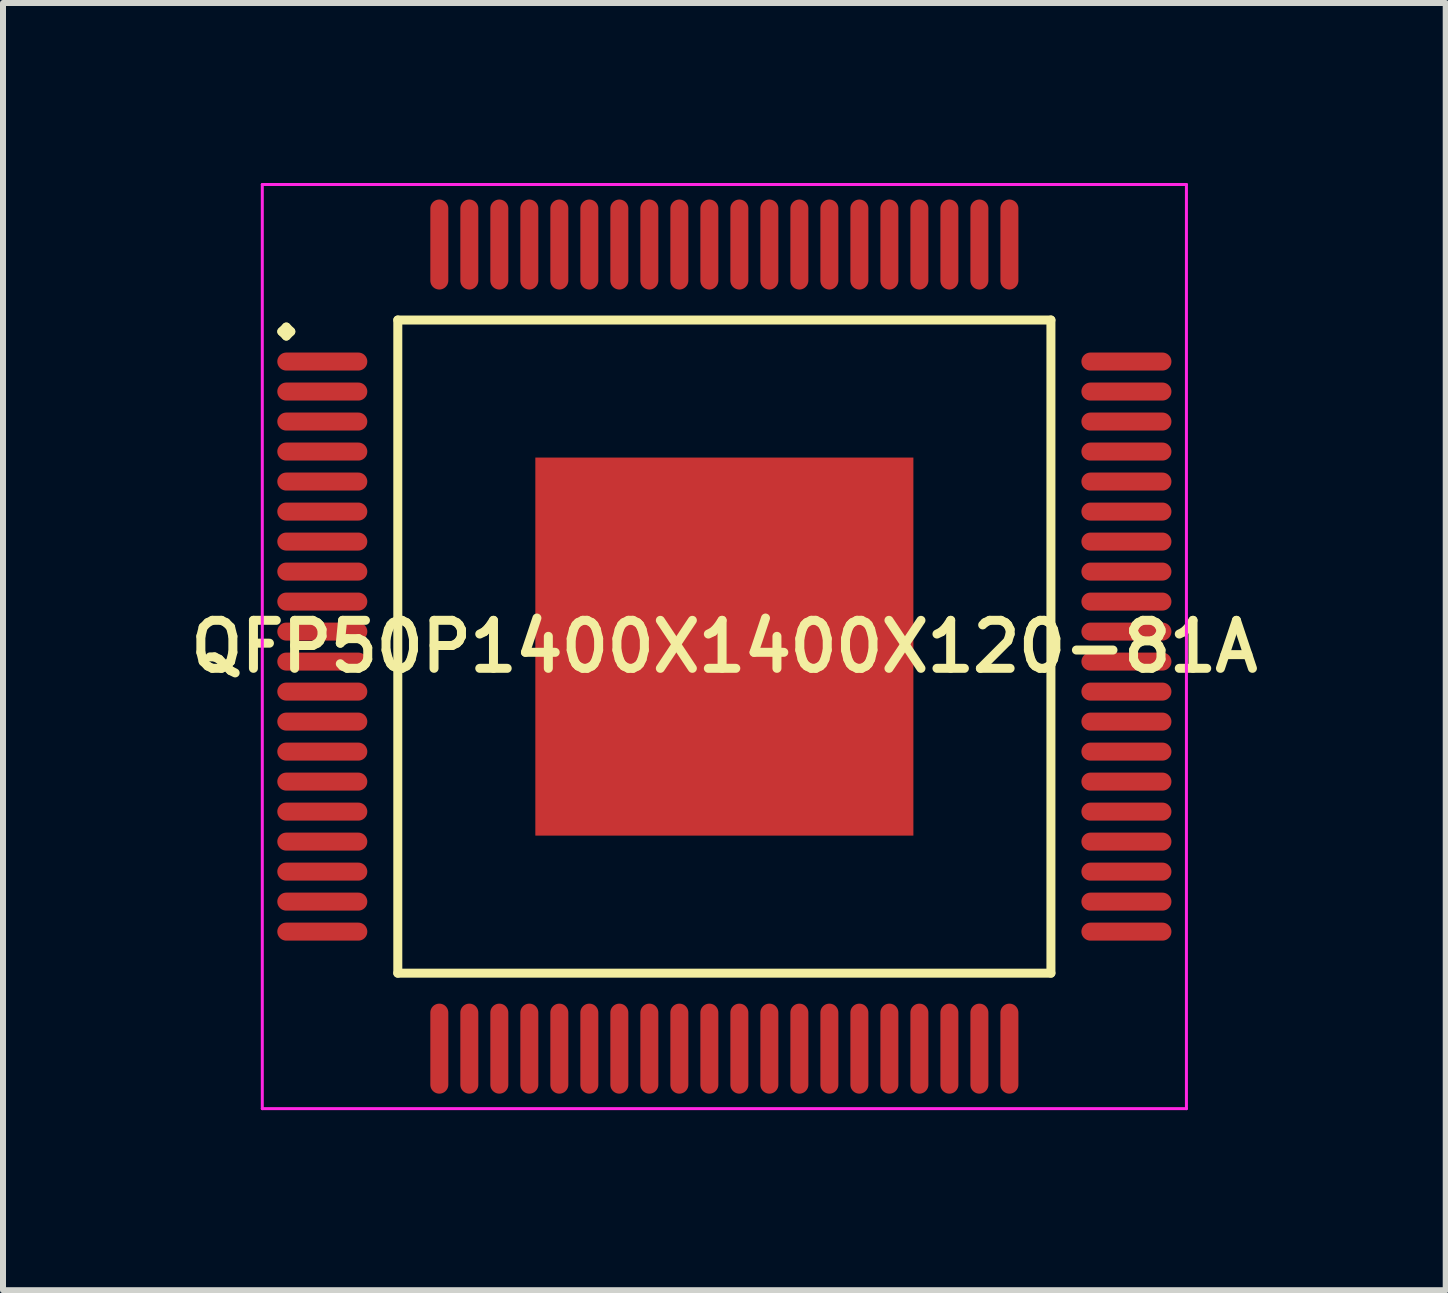
<source format=kicad_pcb>
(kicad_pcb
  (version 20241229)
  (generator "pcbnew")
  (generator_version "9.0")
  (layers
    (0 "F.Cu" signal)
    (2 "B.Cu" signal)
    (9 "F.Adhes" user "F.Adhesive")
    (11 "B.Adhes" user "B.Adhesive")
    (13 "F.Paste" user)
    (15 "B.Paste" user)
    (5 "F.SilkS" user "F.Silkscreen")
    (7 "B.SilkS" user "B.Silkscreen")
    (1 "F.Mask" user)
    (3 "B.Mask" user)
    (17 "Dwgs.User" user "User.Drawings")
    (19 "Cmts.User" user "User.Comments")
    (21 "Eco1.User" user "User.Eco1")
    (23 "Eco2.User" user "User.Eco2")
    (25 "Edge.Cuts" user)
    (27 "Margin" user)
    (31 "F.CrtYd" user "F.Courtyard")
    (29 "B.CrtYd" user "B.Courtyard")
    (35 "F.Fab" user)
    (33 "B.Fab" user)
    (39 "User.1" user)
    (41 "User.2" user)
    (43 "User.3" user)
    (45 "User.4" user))
  (footprint "QFP50P1400X1400X120-81A"
    (layer "F.Cu")
    (at 9.021 7.725)
    (property "Reference" "QFP50P1400X1400X120-81A" (at 0 0 0) (layer "F.SilkS") (effects (font (size 0.8 0.8) (thickness 0.15))))
    (attr smd)
    (fp_line (start -7.375 -5.25) (end -7.3 -5.325) (stroke (width 0.15) (type solid)) (layer "F.SilkS"))
    (fp_line (start -7.3 -5.325) (end -7.225 -5.25) (stroke (width 0.15) (type solid)) (layer "F.SilkS"))
    (fp_line (start -7.3 -5.175) (end -7.375 -5.25) (stroke (width 0.15) (type solid)) (layer "F.SilkS"))
    (fp_line (start -7.225 -5.25) (end -7.3 -5.175) (stroke (width 0.15) (type solid)) (layer "F.SilkS"))
    (fp_line (start -5.442 -5.442) (end -5.442 5.442) (stroke (width 0.15) (type solid)) (layer "F.SilkS"))
    (fp_line (start -5.442 5.442) (end 5.442 5.442) (stroke (width 0.15) (type solid)) (layer "F.SilkS"))
    (fp_line (start 5.442 -5.442) (end -5.442 -5.442) (stroke (width 0.15) (type solid)) (layer "F.SilkS"))
    (fp_line (start 5.442 5.442) (end 5.442 -5.442) (stroke (width 0.15) (type solid)) (layer "F.SilkS"))
    (fp_line (start -7.7 -7.7) (end 7.7 -7.7) (stroke (width 0.05) (type solid)) (layer "F.CrtYd"))
    (fp_line (start -7.7 7.7) (end -7.7 -7.7) (stroke (width 0.05) (type solid)) (layer "F.CrtYd"))
    (fp_line (start 7.7 -7.7) (end 7.7 7.7) (stroke (width 0.05) (type solid)) (layer "F.CrtYd"))
    (fp_line (start 7.7 7.7) (end -7.7 7.7) (stroke (width 0.05) (type solid)) (layer "F.CrtYd"))
    (pad "1" smd oval (at -6.7 -4.75) (size 1.5 0.3) (layers "F.Cu" "F.Mask" "F.Paste"))
    (pad "2" smd oval (at -6.7 -4.25) (size 1.5 0.3) (layers "F.Cu" "F.Mask" "F.Paste"))
    (pad "3" smd oval (at -6.7 -3.75) (size 1.5 0.3) (layers "F.Cu" "F.Mask" "F.Paste"))
    (pad "4" smd oval (at -6.7 -3.25) (size 1.5 0.3) (layers "F.Cu" "F.Mask" "F.Paste"))
    (pad "5" smd oval (at -6.7 -2.75) (size 1.5 0.3) (layers "F.Cu" "F.Mask" "F.Paste"))
    (pad "6" smd oval (at -6.7 -2.25) (size 1.5 0.3) (layers "F.Cu" "F.Mask" "F.Paste"))
    (pad "7" smd oval (at -6.7 -1.75) (size 1.5 0.3) (layers "F.Cu" "F.Mask" "F.Paste"))
    (pad "8" smd oval (at -6.7 -1.25) (size 1.5 0.3) (layers "F.Cu" "F.Mask" "F.Paste"))
    (pad "9" smd oval (at -6.7 -0.75) (size 1.5 0.3) (layers "F.Cu" "F.Mask" "F.Paste"))
    (pad "10" smd oval (at -6.7 -0.25) (size 1.5 0.3) (layers "F.Cu" "F.Mask" "F.Paste"))
    (pad "11" smd oval (at -6.7 0.25) (size 1.5 0.3) (layers "F.Cu" "F.Mask" "F.Paste"))
    (pad "12" smd oval (at -6.7 0.75) (size 1.5 0.3) (layers "F.Cu" "F.Mask" "F.Paste"))
    (pad "13" smd oval (at -6.7 1.25) (size 1.5 0.3) (layers "F.Cu" "F.Mask" "F.Paste"))
    (pad "14" smd oval (at -6.7 1.75) (size 1.5 0.3) (layers "F.Cu" "F.Mask" "F.Paste"))
    (pad "15" smd oval (at -6.7 2.25) (size 1.5 0.3) (layers "F.Cu" "F.Mask" "F.Paste"))
    (pad "16" smd oval (at -6.7 2.75) (size 1.5 0.3) (layers "F.Cu" "F.Mask" "F.Paste"))
    (pad "17" smd oval (at -6.7 3.25) (size 1.5 0.3) (layers "F.Cu" "F.Mask" "F.Paste"))
    (pad "18" smd oval (at -6.7 3.75) (size 1.5 0.3) (layers "F.Cu" "F.Mask" "F.Paste"))
    (pad "19" smd oval (at -6.7 4.25) (size 1.5 0.3) (layers "F.Cu" "F.Mask" "F.Paste"))
    (pad "20" smd oval (at -6.7 4.75) (size 1.5 0.3) (layers "F.Cu" "F.Mask" "F.Paste"))
    (pad "21" smd oval (at -4.75 6.7) (size 0.3 1.5) (layers "F.Cu" "F.Mask" "F.Paste"))
    (pad "22" smd oval (at -4.25 6.7) (size 0.3 1.5) (layers "F.Cu" "F.Mask" "F.Paste"))
    (pad "23" smd oval (at -3.75 6.7) (size 0.3 1.5) (layers "F.Cu" "F.Mask" "F.Paste"))
    (pad "24" smd oval (at -3.25 6.7) (size 0.3 1.5) (layers "F.Cu" "F.Mask" "F.Paste"))
    (pad "25" smd oval (at -2.75 6.7) (size 0.3 1.5) (layers "F.Cu" "F.Mask" "F.Paste"))
    (pad "26" smd oval (at -2.25 6.7) (size 0.3 1.5) (layers "F.Cu" "F.Mask" "F.Paste"))
    (pad "27" smd oval (at -1.75 6.7) (size 0.3 1.5) (layers "F.Cu" "F.Mask" "F.Paste"))
    (pad "28" smd oval (at -1.25 6.7) (size 0.3 1.5) (layers "F.Cu" "F.Mask" "F.Paste"))
    (pad "29" smd oval (at -0.75 6.7) (size 0.3 1.5) (layers "F.Cu" "F.Mask" "F.Paste"))
    (pad "30" smd oval (at -0.25 6.7) (size 0.3 1.5) (layers "F.Cu" "F.Mask" "F.Paste"))
    (pad "31" smd oval (at 0.25 6.7) (size 0.3 1.5) (layers "F.Cu" "F.Mask" "F.Paste"))
    (pad "32" smd oval (at 0.75 6.7) (size 0.3 1.5) (layers "F.Cu" "F.Mask" "F.Paste"))
    (pad "33" smd oval (at 1.25 6.7) (size 0.3 1.5) (layers "F.Cu" "F.Mask" "F.Paste"))
    (pad "34" smd oval (at 1.75 6.7) (size 0.3 1.5) (layers "F.Cu" "F.Mask" "F.Paste"))
    (pad "35" smd oval (at 2.25 6.7) (size 0.3 1.5) (layers "F.Cu" "F.Mask" "F.Paste"))
    (pad "36" smd oval (at 2.75 6.7) (size 0.3 1.5) (layers "F.Cu" "F.Mask" "F.Paste"))
    (pad "37" smd oval (at 3.25 6.7) (size 0.3 1.5) (layers "F.Cu" "F.Mask" "F.Paste"))
    (pad "38" smd oval (at 3.75 6.7) (size 0.3 1.5) (layers "F.Cu" "F.Mask" "F.Paste"))
    (pad "39" smd oval (at 4.25 6.7) (size 0.3 1.5) (layers "F.Cu" "F.Mask" "F.Paste"))
    (pad "40" smd oval (at 4.75 6.7) (size 0.3 1.5) (layers "F.Cu" "F.Mask" "F.Paste"))
    (pad "41" smd oval (at 6.7 4.75) (size 1.5 0.3) (layers "F.Cu" "F.Mask" "F.Paste"))
    (pad "42" smd oval (at 6.7 4.25) (size 1.5 0.3) (layers "F.Cu" "F.Mask" "F.Paste"))
    (pad "43" smd oval (at 6.7 3.75) (size 1.5 0.3) (layers "F.Cu" "F.Mask" "F.Paste"))
    (pad "44" smd oval (at 6.7 3.25) (size 1.5 0.3) (layers "F.Cu" "F.Mask" "F.Paste"))
    (pad "45" smd oval (at 6.7 2.75) (size 1.5 0.3) (layers "F.Cu" "F.Mask" "F.Paste"))
    (pad "46" smd oval (at 6.7 2.25) (size 1.5 0.3) (layers "F.Cu" "F.Mask" "F.Paste"))
    (pad "47" smd oval (at 6.7 1.75) (size 1.5 0.3) (layers "F.Cu" "F.Mask" "F.Paste"))
    (pad "48" smd oval (at 6.7 1.25) (size 1.5 0.3) (layers "F.Cu" "F.Mask" "F.Paste"))
    (pad "49" smd oval (at 6.7 0.75) (size 1.5 0.3) (layers "F.Cu" "F.Mask" "F.Paste"))
    (pad "50" smd oval (at 6.7 0.25) (size 1.5 0.3) (layers "F.Cu" "F.Mask" "F.Paste"))
    (pad "51" smd oval (at 6.7 -0.25) (size 1.5 0.3) (layers "F.Cu" "F.Mask" "F.Paste"))
    (pad "52" smd oval (at 6.7 -0.75) (size 1.5 0.3) (layers "F.Cu" "F.Mask" "F.Paste"))
    (pad "53" smd oval (at 6.7 -1.25) (size 1.5 0.3) (layers "F.Cu" "F.Mask" "F.Paste"))
    (pad "54" smd oval (at 6.7 -1.75) (size 1.5 0.3) (layers "F.Cu" "F.Mask" "F.Paste"))
    (pad "55" smd oval (at 6.7 -2.25) (size 1.5 0.3) (layers "F.Cu" "F.Mask" "F.Paste"))
    (pad "56" smd oval (at 6.7 -2.75) (size 1.5 0.3) (layers "F.Cu" "F.Mask" "F.Paste"))
    (pad "57" smd oval (at 6.7 -3.25) (size 1.5 0.3) (layers "F.Cu" "F.Mask" "F.Paste"))
    (pad "58" smd oval (at 6.7 -3.75) (size 1.5 0.3) (layers "F.Cu" "F.Mask" "F.Paste"))
    (pad "59" smd oval (at 6.7 -4.25) (size 1.5 0.3) (layers "F.Cu" "F.Mask" "F.Paste"))
    (pad "60" smd oval (at 6.7 -4.75) (size 1.5 0.3) (layers "F.Cu" "F.Mask" "F.Paste"))
    (pad "61" smd oval (at 4.75 -6.7) (size 0.3 1.5) (layers "F.Cu" "F.Mask" "F.Paste"))
    (pad "62" smd oval (at 4.25 -6.7) (size 0.3 1.5) (layers "F.Cu" "F.Mask" "F.Paste"))
    (pad "63" smd oval (at 3.75 -6.7) (size 0.3 1.5) (layers "F.Cu" "F.Mask" "F.Paste"))
    (pad "64" smd oval (at 3.25 -6.7) (size 0.3 1.5) (layers "F.Cu" "F.Mask" "F.Paste"))
    (pad "65" smd oval (at 2.75 -6.7) (size 0.3 1.5) (layers "F.Cu" "F.Mask" "F.Paste"))
    (pad "66" smd oval (at 2.25 -6.7) (size 0.3 1.5) (layers "F.Cu" "F.Mask" "F.Paste"))
    (pad "67" smd oval (at 1.75 -6.7) (size 0.3 1.5) (layers "F.Cu" "F.Mask" "F.Paste"))
    (pad "68" smd oval (at 1.25 -6.7) (size 0.3 1.5) (layers "F.Cu" "F.Mask" "F.Paste"))
    (pad "69" smd oval (at 0.75 -6.7) (size 0.3 1.5) (layers "F.Cu" "F.Mask" "F.Paste"))
    (pad "70" smd oval (at 0.25 -6.7) (size 0.3 1.5) (layers "F.Cu" "F.Mask" "F.Paste"))
    (pad "71" smd oval (at -0.25 -6.7) (size 0.3 1.5) (layers "F.Cu" "F.Mask" "F.Paste"))
    (pad "72" smd oval (at -0.75 -6.7) (size 0.3 1.5) (layers "F.Cu" "F.Mask" "F.Paste"))
    (pad "73" smd oval (at -1.25 -6.7) (size 0.3 1.5) (layers "F.Cu" "F.Mask" "F.Paste"))
    (pad "74" smd oval (at -1.75 -6.7) (size 0.3 1.5) (layers "F.Cu" "F.Mask" "F.Paste"))
    (pad "75" smd oval (at -2.25 -6.7) (size 0.3 1.5) (layers "F.Cu" "F.Mask" "F.Paste"))
    (pad "76" smd oval (at -2.75 -6.7) (size 0.3 1.5) (layers "F.Cu" "F.Mask" "F.Paste"))
    (pad "77" smd oval (at -3.25 -6.7) (size 0.3 1.5) (layers "F.Cu" "F.Mask" "F.Paste"))
    (pad "78" smd oval (at -3.75 -6.7) (size 0.3 1.5) (layers "F.Cu" "F.Mask" "F.Paste"))
    (pad "79" smd oval (at -4.25 -6.7) (size 0.3 1.5) (layers "F.Cu" "F.Mask" "F.Paste"))
    (pad "80" smd oval (at -4.75 -6.7) (size 0.3 1.5) (layers "F.Cu" "F.Mask" "F.Paste"))
    (pad "81" smd rect (at 0 0) (size 6.3 6.3) (layers "F.Cu" "F.Mask" "F.Paste")))
  (gr_rect
    (start -3 -3)
    (end 21.042 18.45)
    (stroke (width 0.1) (type default))
    (fill no)
    (layer "Edge.Cuts")))
</source>
